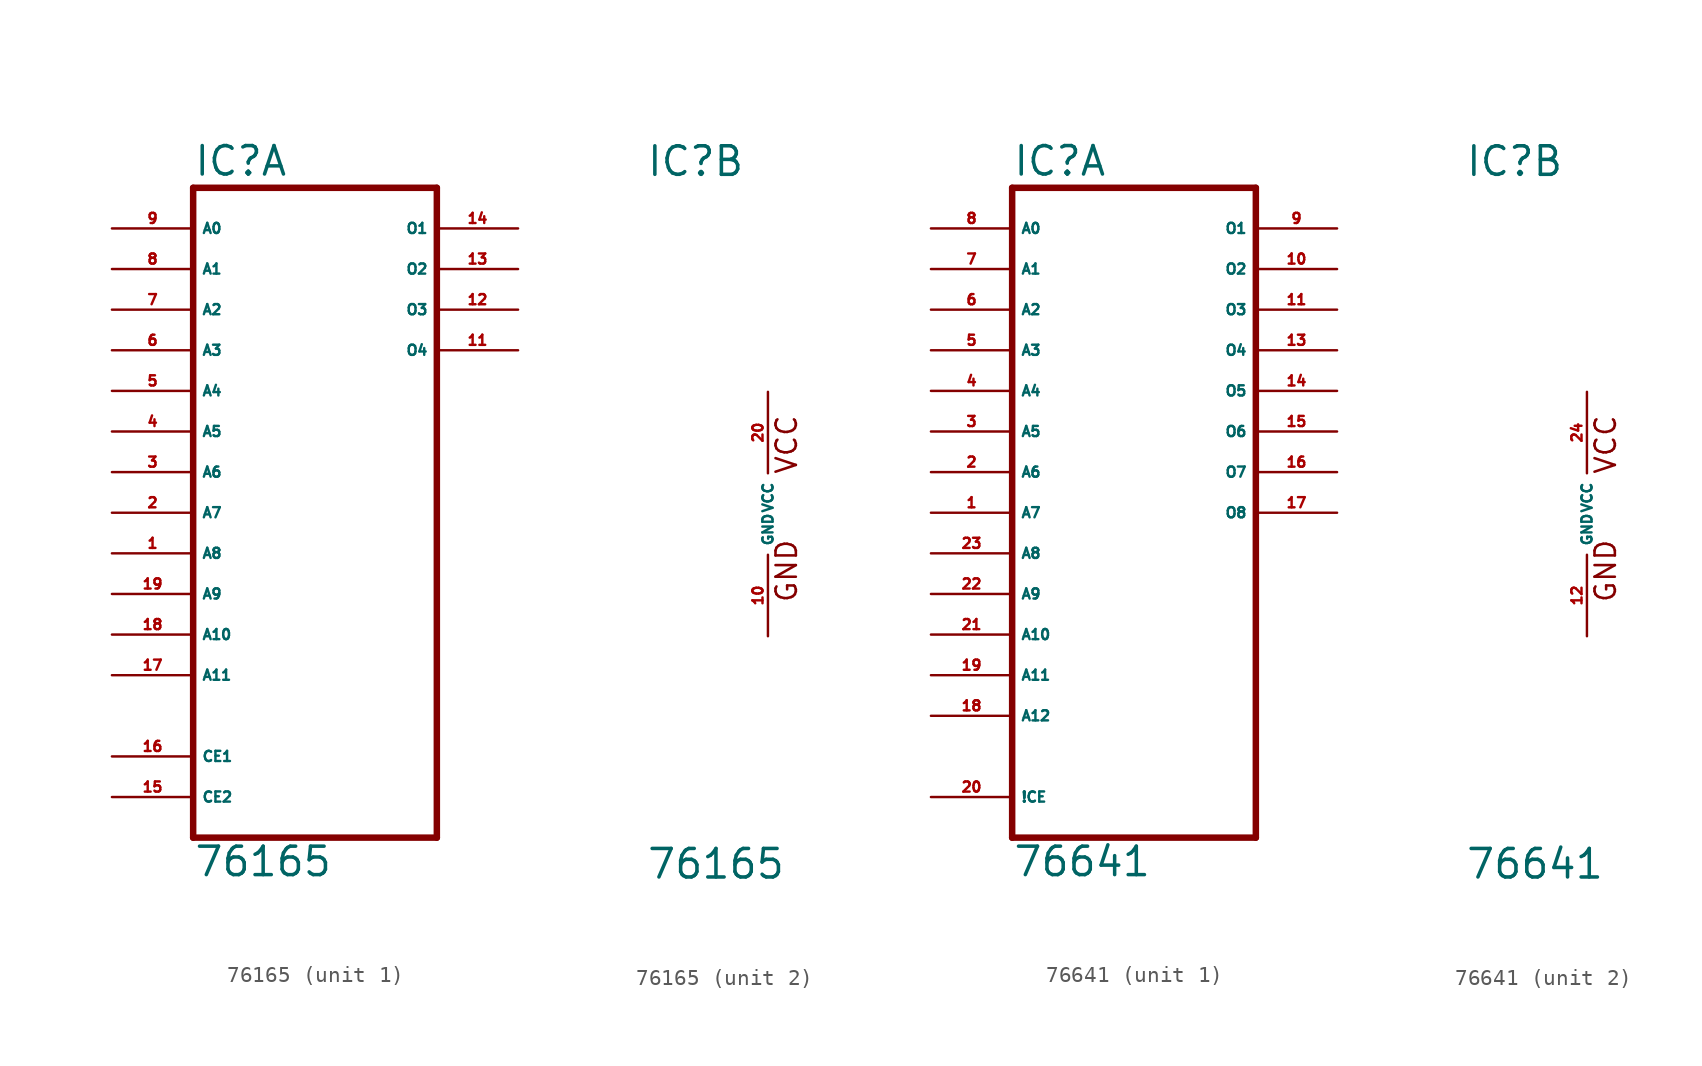
<source format=kicad_sym>
(kicad_symbol_lib
  (version 20220914)
  (generator Eagle2Kicad)
  (symbol "76165"
    (property "Reference" "IC"
      (at -7.62 20.955 0)
      (effects (font (size 1.778 1.778) (thickness 0.22)) (justify left bottom)))
    (property "Value" "76165"
      (at -7.62 -22.86 0)
      (effects (font (size 1.778 1.778) (thickness 0.22)) (justify left bottom)))
    (symbol "76165_1_0"
      (polyline (pts (xy -7.62 -20.32) (xy 7.62 -20.32)) (stroke (width 0.406) (type default)) (fill (type none)))
      (polyline (pts (xy 7.62 -20.32) (xy 7.62 20.32)) (stroke (width 0.406) (type default)) (fill (type none)))
      (polyline (pts (xy 7.62 20.32) (xy -7.62 20.32)) (stroke (width 0.406) (type default)) (fill (type none)))
      (polyline (pts (xy -7.62 20.32) (xy -7.62 -20.32)) (stroke (width 0.406) (type default)) (fill (type none)))
      (pin input line (at -12.7 -2.54 0) (length 5.08) (name "A8" (effects (font (size 0.635 0.635) (thickness 0.08)) (justify left bottom))) (number "1" (effects (font (size 0.635 0.635) (thickness 0.08)) (justify left bottom))))
      (pin input line (at -12.7 0 0) (length 5.08) (name "A7" (effects (font (size 0.635 0.635) (thickness 0.08)) (justify left bottom))) (number "2" (effects (font (size 0.635 0.635) (thickness 0.08)) (justify left bottom))))
      (pin input line (at -12.7 2.54 0) (length 5.08) (name "A6" (effects (font (size 0.635 0.635) (thickness 0.08)) (justify left bottom))) (number "3" (effects (font (size 0.635 0.635) (thickness 0.08)) (justify left bottom))))
      (pin input line (at -12.7 5.08 0) (length 5.08) (name "A5" (effects (font (size 0.635 0.635) (thickness 0.08)) (justify left bottom))) (number "4" (effects (font (size 0.635 0.635) (thickness 0.08)) (justify left bottom))))
      (pin input line (at -12.7 7.62 0) (length 5.08) (name "A4" (effects (font (size 0.635 0.635) (thickness 0.08)) (justify left bottom))) (number "5" (effects (font (size 0.635 0.635) (thickness 0.08)) (justify left bottom))))
      (pin input line (at -12.7 10.16 0) (length 5.08) (name "A3" (effects (font (size 0.635 0.635) (thickness 0.08)) (justify left bottom))) (number "6" (effects (font (size 0.635 0.635) (thickness 0.08)) (justify left bottom))))
      (pin input line (at -12.7 12.7 0) (length 5.08) (name "A2" (effects (font (size 0.635 0.635) (thickness 0.08)) (justify left bottom))) (number "7" (effects (font (size 0.635 0.635) (thickness 0.08)) (justify left bottom))))
      (pin input line (at -12.7 15.24 0) (length 5.08) (name "A1" (effects (font (size 0.635 0.635) (thickness 0.08)) (justify left bottom))) (number "8" (effects (font (size 0.635 0.635) (thickness 0.08)) (justify left bottom))))
      (pin input line (at -12.7 17.78 0) (length 5.08) (name "A0" (effects (font (size 0.635 0.635) (thickness 0.08)) (justify left bottom))) (number "9" (effects (font (size 0.635 0.635) (thickness 0.08)) (justify left bottom))))
      (pin tri_state line (at 12.7 10.16 180) (length 5.08) (name "O4" (effects (font (size 0.635 0.635) (thickness 0.08)) (justify left bottom))) (number "11" (effects (font (size 0.635 0.635) (thickness 0.08)) (justify left bottom))))
      (pin tri_state line (at 12.7 12.7 180) (length 5.08) (name "O3" (effects (font (size 0.635 0.635) (thickness 0.08)) (justify left bottom))) (number "12" (effects (font (size 0.635 0.635) (thickness 0.08)) (justify left bottom))))
      (pin tri_state line (at 12.7 15.24 180) (length 5.08) (name "O2" (effects (font (size 0.635 0.635) (thickness 0.08)) (justify left bottom))) (number "13" (effects (font (size 0.635 0.635) (thickness 0.08)) (justify left bottom))))
      (pin tri_state line (at 12.7 17.78 180) (length 5.08) (name "O1" (effects (font (size 0.635 0.635) (thickness 0.08)) (justify left bottom))) (number "14" (effects (font (size 0.635 0.635) (thickness 0.08)) (justify left bottom))))
      (pin input line (at -12.7 -17.78 0) (length 5.08) (name "CE2" (effects (font (size 0.635 0.635) (thickness 0.08)) (justify left bottom))) (number "15" (effects (font (size 0.635 0.635) (thickness 0.08)) (justify left bottom))))
      (pin input line (at -12.7 -15.24 0) (length 5.08) (name "CE1" (effects (font (size 0.635 0.635) (thickness 0.08)) (justify left bottom))) (number "16" (effects (font (size 0.635 0.635) (thickness 0.08)) (justify left bottom))))
      (pin input line (at -12.7 -10.16 0) (length 5.08) (name "A11" (effects (font (size 0.635 0.635) (thickness 0.08)) (justify left bottom))) (number "17" (effects (font (size 0.635 0.635) (thickness 0.08)) (justify left bottom))))
      (pin input line (at -12.7 -7.62 0) (length 5.08) (name "A10" (effects (font (size 0.635 0.635) (thickness 0.08)) (justify left bottom))) (number "18" (effects (font (size 0.635 0.635) (thickness 0.08)) (justify left bottom))))
      (pin input line (at -12.7 -5.08 0) (length 5.08) (name "A9" (effects (font (size 0.635 0.635) (thickness 0.08)) (justify left bottom))) (number "19" (effects (font (size 0.635 0.635) (thickness 0.08)) (justify left bottom)))))
    (symbol "76165_2_0"
      (text "GND" (at 1.905 -5.588 900) (effects (font (size 1.27 1.27) (thickness 0.16)) (justify left bottom)))
      (text "VCC" (at 1.905 2.413 900) (effects (font (size 1.27 1.27) (thickness 0.16)) (justify left bottom)))
      (pin unspecified line (at 0 -7.62 90) (length 5.08) (name "GND" (effects (font (size 0.635 0.635) (thickness 0.08)) (justify left bottom))) (number "10" (effects (font (size 0.635 0.635) (thickness 0.08)) (justify left bottom))))
      (pin unspecified line (at 0 7.62 270) (length 5.08) (name "VCC" (effects (font (size 0.635 0.635) (thickness 0.08)) (justify left bottom))) (number "20" (effects (font (size 0.635 0.635) (thickness 0.08)) (justify left bottom))))))
  (symbol "76641"
    (property "Reference" "IC"
      (at -7.62 20.955 0)
      (effects (font (size 1.778 1.778) (thickness 0.22)) (justify left bottom)))
    (property "Value" "76641"
      (at -7.62 -22.86 0)
      (effects (font (size 1.778 1.778) (thickness 0.22)) (justify left bottom)))
    (symbol "76641_1_0"
      (polyline (pts (xy -7.62 -20.32) (xy 7.62 -20.32)) (stroke (width 0.406) (type default)) (fill (type none)))
      (polyline (pts (xy 7.62 -20.32) (xy 7.62 20.32)) (stroke (width 0.406) (type default)) (fill (type none)))
      (polyline (pts (xy 7.62 20.32) (xy -7.62 20.32)) (stroke (width 0.406) (type default)) (fill (type none)))
      (polyline (pts (xy -7.62 20.32) (xy -7.62 -20.32)) (stroke (width 0.406) (type default)) (fill (type none)))
      (pin input line (at -12.7 0 0) (length 5.08) (name "A7" (effects (font (size 0.635 0.635) (thickness 0.08)) (justify left bottom))) (number "1" (effects (font (size 0.635 0.635) (thickness 0.08)) (justify left bottom))))
      (pin input line (at -12.7 2.54 0) (length 5.08) (name "A6" (effects (font (size 0.635 0.635) (thickness 0.08)) (justify left bottom))) (number "2" (effects (font (size 0.635 0.635) (thickness 0.08)) (justify left bottom))))
      (pin input line (at -12.7 5.08 0) (length 5.08) (name "A5" (effects (font (size 0.635 0.635) (thickness 0.08)) (justify left bottom))) (number "3" (effects (font (size 0.635 0.635) (thickness 0.08)) (justify left bottom))))
      (pin input line (at -12.7 7.62 0) (length 5.08) (name "A4" (effects (font (size 0.635 0.635) (thickness 0.08)) (justify left bottom))) (number "4" (effects (font (size 0.635 0.635) (thickness 0.08)) (justify left bottom))))
      (pin input line (at -12.7 10.16 0) (length 5.08) (name "A3" (effects (font (size 0.635 0.635) (thickness 0.08)) (justify left bottom))) (number "5" (effects (font (size 0.635 0.635) (thickness 0.08)) (justify left bottom))))
      (pin input line (at -12.7 12.7 0) (length 5.08) (name "A2" (effects (font (size 0.635 0.635) (thickness 0.08)) (justify left bottom))) (number "6" (effects (font (size 0.635 0.635) (thickness 0.08)) (justify left bottom))))
      (pin input line (at -12.7 15.24 0) (length 5.08) (name "A1" (effects (font (size 0.635 0.635) (thickness 0.08)) (justify left bottom))) (number "7" (effects (font (size 0.635 0.635) (thickness 0.08)) (justify left bottom))))
      (pin input line (at -12.7 17.78 0) (length 5.08) (name "A0" (effects (font (size 0.635 0.635) (thickness 0.08)) (justify left bottom))) (number "8" (effects (font (size 0.635 0.635) (thickness 0.08)) (justify left bottom))))
      (pin tri_state line (at 12.7 17.78 180) (length 5.08) (name "O1" (effects (font (size 0.635 0.635) (thickness 0.08)) (justify left bottom))) (number "9" (effects (font (size 0.635 0.635) (thickness 0.08)) (justify left bottom))))
      (pin tri_state line (at 12.7 15.24 180) (length 5.08) (name "O2" (effects (font (size 0.635 0.635) (thickness 0.08)) (justify left bottom))) (number "10" (effects (font (size 0.635 0.635) (thickness 0.08)) (justify left bottom))))
      (pin tri_state line (at 12.7 12.7 180) (length 5.08) (name "O3" (effects (font (size 0.635 0.635) (thickness 0.08)) (justify left bottom))) (number "11" (effects (font (size 0.635 0.635) (thickness 0.08)) (justify left bottom))))
      (pin tri_state line (at 12.7 10.16 180) (length 5.08) (name "O4" (effects (font (size 0.635 0.635) (thickness 0.08)) (justify left bottom))) (number "13" (effects (font (size 0.635 0.635) (thickness 0.08)) (justify left bottom))))
      (pin tri_state line (at 12.7 7.62 180) (length 5.08) (name "O5" (effects (font (size 0.635 0.635) (thickness 0.08)) (justify left bottom))) (number "14" (effects (font (size 0.635 0.635) (thickness 0.08)) (justify left bottom))))
      (pin tri_state line (at 12.7 5.08 180) (length 5.08) (name "O6" (effects (font (size 0.635 0.635) (thickness 0.08)) (justify left bottom))) (number "15" (effects (font (size 0.635 0.635) (thickness 0.08)) (justify left bottom))))
      (pin tri_state line (at 12.7 2.54 180) (length 5.08) (name "O7" (effects (font (size 0.635 0.635) (thickness 0.08)) (justify left bottom))) (number "16" (effects (font (size 0.635 0.635) (thickness 0.08)) (justify left bottom))))
      (pin tri_state line (at 12.7 0 180) (length 5.08) (name "O8" (effects (font (size 0.635 0.635) (thickness 0.08)) (justify left bottom))) (number "17" (effects (font (size 0.635 0.635) (thickness 0.08)) (justify left bottom))))
      (pin input line (at -12.7 -12.7 0) (length 5.08) (name "A12" (effects (font (size 0.635 0.635) (thickness 0.08)) (justify left bottom))) (number "18" (effects (font (size 0.635 0.635) (thickness 0.08)) (justify left bottom))))
      (pin input line (at -12.7 -10.16 0) (length 5.08) (name "A11" (effects (font (size 0.635 0.635) (thickness 0.08)) (justify left bottom))) (number "19" (effects (font (size 0.635 0.635) (thickness 0.08)) (justify left bottom))))
      (pin input line (at -12.7 -17.78 0) (length 5.08) (name "!CE" (effects (font (size 0.635 0.635) (thickness 0.08)) (justify left bottom))) (number "20" (effects (font (size 0.635 0.635) (thickness 0.08)) (justify left bottom))))
      (pin input line (at -12.7 -7.62 0) (length 5.08) (name "A10" (effects (font (size 0.635 0.635) (thickness 0.08)) (justify left bottom))) (number "21" (effects (font (size 0.635 0.635) (thickness 0.08)) (justify left bottom))))
      (pin input line (at -12.7 -5.08 0) (length 5.08) (name "A9" (effects (font (size 0.635 0.635) (thickness 0.08)) (justify left bottom))) (number "22" (effects (font (size 0.635 0.635) (thickness 0.08)) (justify left bottom))))
      (pin input line (at -12.7 -2.54 0) (length 5.08) (name "A8" (effects (font (size 0.635 0.635) (thickness 0.08)) (justify left bottom))) (number "23" (effects (font (size 0.635 0.635) (thickness 0.08)) (justify left bottom)))))
    (symbol "76641_2_0"
      (text "GND" (at 1.905 -5.588 900) (effects (font (size 1.27 1.27) (thickness 0.16)) (justify left bottom)))
      (text "VCC" (at 1.905 2.413 900) (effects (font (size 1.27 1.27) (thickness 0.16)) (justify left bottom)))
      (pin unspecified line (at 0 -7.62 90) (length 5.08) (name "GND" (effects (font (size 0.635 0.635) (thickness 0.08)) (justify left bottom))) (number "12" (effects (font (size 0.635 0.635) (thickness 0.08)) (justify left bottom))))
      (pin unspecified line (at 0 7.62 270) (length 5.08) (name "VCC" (effects (font (size 0.635 0.635) (thickness 0.08)) (justify left bottom))) (number "24" (effects (font (size 0.635 0.635) (thickness 0.08)) (justify left bottom)))))))
</source>
